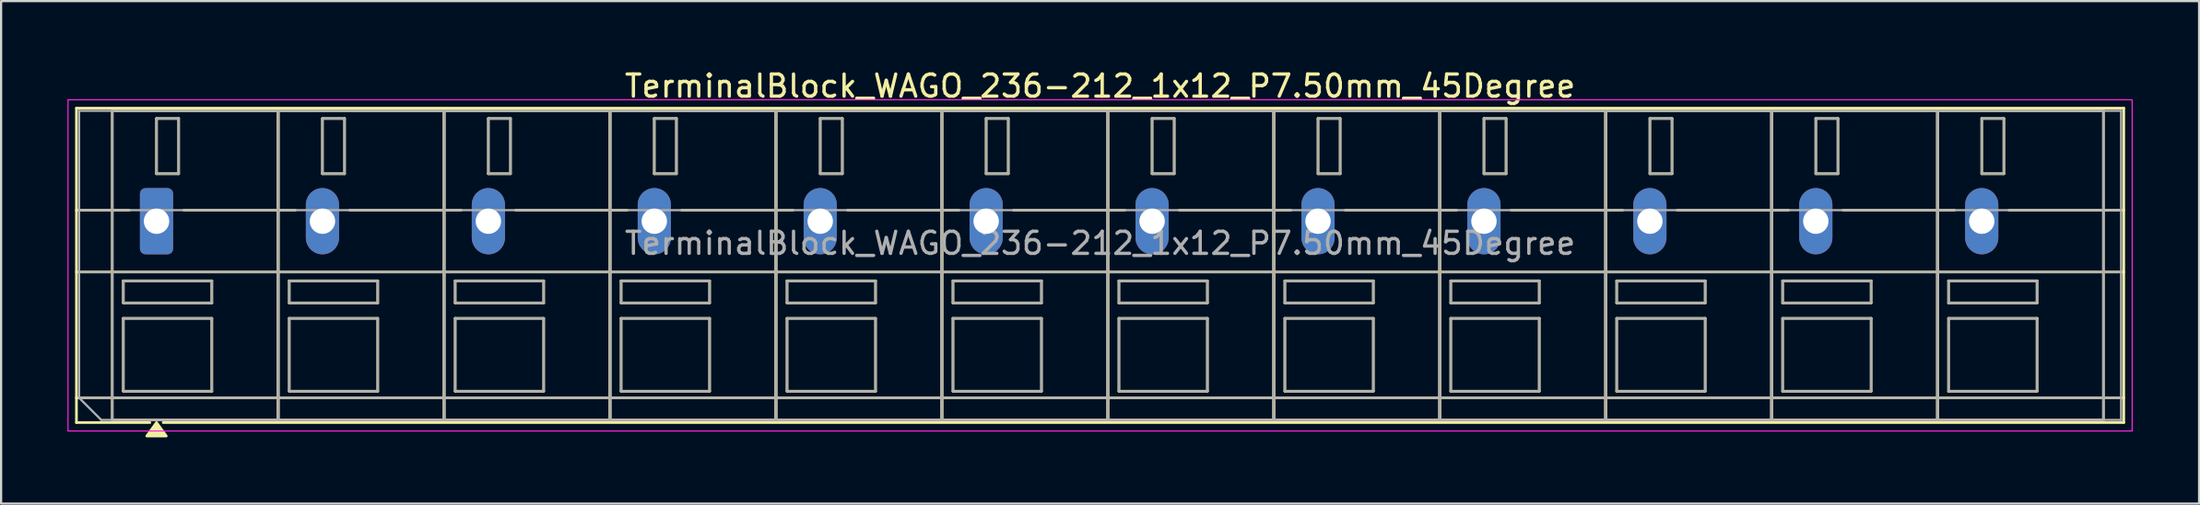
<source format=kicad_pcb>
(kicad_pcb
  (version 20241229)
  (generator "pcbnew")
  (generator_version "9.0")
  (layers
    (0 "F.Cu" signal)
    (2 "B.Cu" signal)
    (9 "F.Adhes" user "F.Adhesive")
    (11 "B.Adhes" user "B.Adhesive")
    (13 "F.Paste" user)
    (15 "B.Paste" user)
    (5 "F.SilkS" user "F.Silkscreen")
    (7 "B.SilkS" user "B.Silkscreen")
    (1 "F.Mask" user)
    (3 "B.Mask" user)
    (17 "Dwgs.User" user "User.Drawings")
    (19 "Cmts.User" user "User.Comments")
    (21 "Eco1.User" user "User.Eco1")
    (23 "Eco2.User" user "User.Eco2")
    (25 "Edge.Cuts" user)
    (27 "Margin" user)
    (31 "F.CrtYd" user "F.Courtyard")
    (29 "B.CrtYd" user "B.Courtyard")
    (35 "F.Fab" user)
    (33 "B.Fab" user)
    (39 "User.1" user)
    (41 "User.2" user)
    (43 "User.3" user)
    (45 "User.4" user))
  (footprint "TerminalBlock_WAGO_236-212_1x12_P7.50mm_45Degree"
    (layer "F.Cu")
    (at 4.025 6.968)
    (property "Reference" "TerminalBlock_WAGO_236-212_1x12_P7.50mm_45Degree" (at 42.65 -6.12 0) (layer "F.SilkS") (effects (font (size 1 1) (thickness 0.15))))
    (attr through_hole)
    (fp_line (start -3.62 -5.12) (end 88.92 -5.12) (stroke (width 0.12) (type solid)) (layer "F.SilkS"))
    (fp_line (start -3.62 -0.5) (end -1.23 -0.5) (stroke (width 0.12) (type solid)) (layer "F.SilkS"))
    (fp_line (start -3.62 2.3) (end 88.92 2.3) (stroke (width 0.12) (type solid)) (layer "F.SilkS"))
    (fp_line (start -3.62 8) (end 88.92 8) (stroke (width 0.12) (type solid)) (layer "F.SilkS"))
    (fp_line (start -3.62 9.12) (end -3.62 -5.12) (stroke (width 0.12) (type solid)) (layer "F.SilkS"))
    (fp_line (start -2 -5) (end 5.5 -5) (stroke (width 0.12) (type solid)) (layer "F.SilkS"))
    (fp_line (start -2 9) (end -2 -5) (stroke (width 0.12) (type solid)) (layer "F.SilkS"))
    (fp_line (start -1.5 2.7) (end 2.5 2.7) (stroke (width 0.12) (type solid)) (layer "F.SilkS"))
    (fp_line (start -1.5 3.7) (end -1.5 2.7) (stroke (width 0.12) (type solid)) (layer "F.SilkS"))
    (fp_line (start -1.5 4.4) (end 2.5 4.4) (stroke (width 0.12) (type solid)) (layer "F.SilkS"))
    (fp_line (start -1.5 7.7) (end -1.5 4.4) (stroke (width 0.12) (type solid)) (layer "F.SilkS"))
    (fp_line (start -0.3 9.12) (end -3.62 9.12) (stroke (width 0.12) (type solid)) (layer "F.SilkS"))
    (fp_line (start 0 -4.65) (end 1 -4.65) (stroke (width 0.12) (type solid)) (layer "F.SilkS"))
    (fp_line (start 0 -2.15) (end 0 -4.65) (stroke (width 0.12) (type solid)) (layer "F.SilkS"))
    (fp_line (start 1 -4.65) (end 1 -2.15) (stroke (width 0.12) (type solid)) (layer "F.SilkS"))
    (fp_line (start 1 -2.15) (end 0 -2.15) (stroke (width 0.12) (type solid)) (layer "F.SilkS"))
    (fp_line (start 1.23 -0.5) (end 6.27 -0.5) (stroke (width 0.12) (type solid)) (layer "F.SilkS"))
    (fp_line (start 2.5 2.7) (end 2.5 3.7) (stroke (width 0.12) (type solid)) (layer "F.SilkS"))
    (fp_line (start 2.5 3.7) (end -1.5 3.7) (stroke (width 0.12) (type solid)) (layer "F.SilkS"))
    (fp_line (start 2.5 4.4) (end 2.5 7.7) (stroke (width 0.12) (type solid)) (layer "F.SilkS"))
    (fp_line (start 2.5 7.7) (end -1.5 7.7) (stroke (width 0.12) (type solid)) (layer "F.SilkS"))
    (fp_line (start 5.5 -5) (end 5.5 9) (stroke (width 0.12) (type solid)) (layer "F.SilkS"))
    (fp_line (start 5.5 -5) (end 13 -5) (stroke (width 0.12) (type solid)) (layer "F.SilkS"))
    (fp_line (start 5.5 9) (end -2 9) (stroke (width 0.12) (type solid)) (layer "F.SilkS"))
    (fp_line (start 5.5 9) (end 5.5 -5) (stroke (width 0.12) (type solid)) (layer "F.SilkS"))
    (fp_line (start 6 2.7) (end 10 2.7) (stroke (width 0.12) (type solid)) (layer "F.SilkS"))
    (fp_line (start 6 3.7) (end 6 2.7) (stroke (width 0.12) (type solid)) (layer "F.SilkS"))
    (fp_line (start 6 4.4) (end 10 4.4) (stroke (width 0.12) (type solid)) (layer "F.SilkS"))
    (fp_line (start 6 7.7) (end 6 4.4) (stroke (width 0.12) (type solid)) (layer "F.SilkS"))
    (fp_line (start 7.5 -4.65) (end 8.5 -4.65) (stroke (width 0.12) (type solid)) (layer "F.SilkS"))
    (fp_line (start 7.5 -2.15) (end 7.5 -4.65) (stroke (width 0.12) (type solid)) (layer "F.SilkS"))
    (fp_line (start 8.5 -4.65) (end 8.5 -2.15) (stroke (width 0.12) (type solid)) (layer "F.SilkS"))
    (fp_line (start 8.5 -2.15) (end 7.5 -2.15) (stroke (width 0.12) (type solid)) (layer "F.SilkS"))
    (fp_line (start 8.73 -0.5) (end 13.77 -0.5) (stroke (width 0.12) (type solid)) (layer "F.SilkS"))
    (fp_line (start 10 2.7) (end 10 3.7) (stroke (width 0.12) (type solid)) (layer "F.SilkS"))
    (fp_line (start 10 3.7) (end 6 3.7) (stroke (width 0.12) (type solid)) (layer "F.SilkS"))
    (fp_line (start 10 4.4) (end 10 7.7) (stroke (width 0.12) (type solid)) (layer "F.SilkS"))
    (fp_line (start 10 7.7) (end 6 7.7) (stroke (width 0.12) (type solid)) (layer "F.SilkS"))
    (fp_line (start 13 -5) (end 13 9) (stroke (width 0.12) (type solid)) (layer "F.SilkS"))
    (fp_line (start 13 -5) (end 20.5 -5) (stroke (width 0.12) (type solid)) (layer "F.SilkS"))
    (fp_line (start 13 9) (end 5.5 9) (stroke (width 0.12) (type solid)) (layer "F.SilkS"))
    (fp_line (start 13 9) (end 13 -5) (stroke (width 0.12) (type solid)) (layer "F.SilkS"))
    (fp_line (start 13.5 2.7) (end 17.5 2.7) (stroke (width 0.12) (type solid)) (layer "F.SilkS"))
    (fp_line (start 13.5 3.7) (end 13.5 2.7) (stroke (width 0.12) (type solid)) (layer "F.SilkS"))
    (fp_line (start 13.5 4.4) (end 17.5 4.4) (stroke (width 0.12) (type solid)) (layer "F.SilkS"))
    (fp_line (start 13.5 7.7) (end 13.5 4.4) (stroke (width 0.12) (type solid)) (layer "F.SilkS"))
    (fp_line (start 15 -4.65) (end 16 -4.65) (stroke (width 0.12) (type solid)) (layer "F.SilkS"))
    (fp_line (start 15 -2.15) (end 15 -4.65) (stroke (width 0.12) (type solid)) (layer "F.SilkS"))
    (fp_line (start 16 -4.65) (end 16 -2.15) (stroke (width 0.12) (type solid)) (layer "F.SilkS"))
    (fp_line (start 16 -2.15) (end 15 -2.15) (stroke (width 0.12) (type solid)) (layer "F.SilkS"))
    (fp_line (start 16.23 -0.5) (end 21.27 -0.5) (stroke (width 0.12) (type solid)) (layer "F.SilkS"))
    (fp_line (start 17.5 2.7) (end 17.5 3.7) (stroke (width 0.12) (type solid)) (layer "F.SilkS"))
    (fp_line (start 17.5 3.7) (end 13.5 3.7) (stroke (width 0.12) (type solid)) (layer "F.SilkS"))
    (fp_line (start 17.5 4.4) (end 17.5 7.7) (stroke (width 0.12) (type solid)) (layer "F.SilkS"))
    (fp_line (start 17.5 7.7) (end 13.5 7.7) (stroke (width 0.12) (type solid)) (layer "F.SilkS"))
    (fp_line (start 20.5 -5) (end 20.5 9) (stroke (width 0.12) (type solid)) (layer "F.SilkS"))
    (fp_line (start 20.5 -5) (end 28 -5) (stroke (width 0.12) (type solid)) (layer "F.SilkS"))
    (fp_line (start 20.5 9) (end 13 9) (stroke (width 0.12) (type solid)) (layer "F.SilkS"))
    (fp_line (start 20.5 9) (end 20.5 -5) (stroke (width 0.12) (type solid)) (layer "F.SilkS"))
    (fp_line (start 21 2.7) (end 25 2.7) (stroke (width 0.12) (type solid)) (layer "F.SilkS"))
    (fp_line (start 21 3.7) (end 21 2.7) (stroke (width 0.12) (type solid)) (layer "F.SilkS"))
    (fp_line (start 21 4.4) (end 25 4.4) (stroke (width 0.12) (type solid)) (layer "F.SilkS"))
    (fp_line (start 21 7.7) (end 21 4.4) (stroke (width 0.12) (type solid)) (layer "F.SilkS"))
    (fp_line (start 22.5 -4.65) (end 23.5 -4.65) (stroke (width 0.12) (type solid)) (layer "F.SilkS"))
    (fp_line (start 22.5 -2.15) (end 22.5 -4.65) (stroke (width 0.12) (type solid)) (layer "F.SilkS"))
    (fp_line (start 23.5 -4.65) (end 23.5 -2.15) (stroke (width 0.12) (type solid)) (layer "F.SilkS"))
    (fp_line (start 23.5 -2.15) (end 22.5 -2.15) (stroke (width 0.12) (type solid)) (layer "F.SilkS"))
    (fp_line (start 23.73 -0.5) (end 28.77 -0.5) (stroke (width 0.12) (type solid)) (layer "F.SilkS"))
    (fp_line (start 25 2.7) (end 25 3.7) (stroke (width 0.12) (type solid)) (layer "F.SilkS"))
    (fp_line (start 25 3.7) (end 21 3.7) (stroke (width 0.12) (type solid)) (layer "F.SilkS"))
    (fp_line (start 25 4.4) (end 25 7.7) (stroke (width 0.12) (type solid)) (layer "F.SilkS"))
    (fp_line (start 25 7.7) (end 21 7.7) (stroke (width 0.12) (type solid)) (layer "F.SilkS"))
    (fp_line (start 28 -5) (end 28 9) (stroke (width 0.12) (type solid)) (layer "F.SilkS"))
    (fp_line (start 28 -5) (end 35.5 -5) (stroke (width 0.12) (type solid)) (layer "F.SilkS"))
    (fp_line (start 28 9) (end 20.5 9) (stroke (width 0.12) (type solid)) (layer "F.SilkS"))
    (fp_line (start 28 9) (end 28 -5) (stroke (width 0.12) (type solid)) (layer "F.SilkS"))
    (fp_line (start 28.5 2.7) (end 32.5 2.7) (stroke (width 0.12) (type solid)) (layer "F.SilkS"))
    (fp_line (start 28.5 3.7) (end 28.5 2.7) (stroke (width 0.12) (type solid)) (layer "F.SilkS"))
    (fp_line (start 28.5 4.4) (end 32.5 4.4) (stroke (width 0.12) (type solid)) (layer "F.SilkS"))
    (fp_line (start 28.5 7.7) (end 28.5 4.4) (stroke (width 0.12) (type solid)) (layer "F.SilkS"))
    (fp_line (start 30 -4.65) (end 31 -4.65) (stroke (width 0.12) (type solid)) (layer "F.SilkS"))
    (fp_line (start 30 -2.15) (end 30 -4.65) (stroke (width 0.12) (type solid)) (layer "F.SilkS"))
    (fp_line (start 31 -4.65) (end 31 -2.15) (stroke (width 0.12) (type solid)) (layer "F.SilkS"))
    (fp_line (start 31 -2.15) (end 30 -2.15) (stroke (width 0.12) (type solid)) (layer "F.SilkS"))
    (fp_line (start 31.23 -0.5) (end 36.27 -0.5) (stroke (width 0.12) (type solid)) (layer "F.SilkS"))
    (fp_line (start 32.5 2.7) (end 32.5 3.7) (stroke (width 0.12) (type solid)) (layer "F.SilkS"))
    (fp_line (start 32.5 3.7) (end 28.5 3.7) (stroke (width 0.12) (type solid)) (layer "F.SilkS"))
    (fp_line (start 32.5 4.4) (end 32.5 7.7) (stroke (width 0.12) (type solid)) (layer "F.SilkS"))
    (fp_line (start 32.5 7.7) (end 28.5 7.7) (stroke (width 0.12) (type solid)) (layer "F.SilkS"))
    (fp_line (start 35.5 -5) (end 35.5 9) (stroke (width 0.12) (type solid)) (layer "F.SilkS"))
    (fp_line (start 35.5 -5) (end 43 -5) (stroke (width 0.12) (type solid)) (layer "F.SilkS"))
    (fp_line (start 35.5 9) (end 28 9) (stroke (width 0.12) (type solid)) (layer "F.SilkS"))
    (fp_line (start 35.5 9) (end 35.5 -5) (stroke (width 0.12) (type solid)) (layer "F.SilkS"))
    (fp_line (start 36 2.7) (end 40 2.7) (stroke (width 0.12) (type solid)) (layer "F.SilkS"))
    (fp_line (start 36 3.7) (end 36 2.7) (stroke (width 0.12) (type solid)) (layer "F.SilkS"))
    (fp_line (start 36 4.4) (end 40 4.4) (stroke (width 0.12) (type solid)) (layer "F.SilkS"))
    (fp_line (start 36 7.7) (end 36 4.4) (stroke (width 0.12) (type solid)) (layer "F.SilkS"))
    (fp_line (start 37.5 -4.65) (end 38.5 -4.65) (stroke (width 0.12) (type solid)) (layer "F.SilkS"))
    (fp_line (start 37.5 -2.15) (end 37.5 -4.65) (stroke (width 0.12) (type solid)) (layer "F.SilkS"))
    (fp_line (start 38.5 -4.65) (end 38.5 -2.15) (stroke (width 0.12) (type solid)) (layer "F.SilkS"))
    (fp_line (start 38.5 -2.15) (end 37.5 -2.15) (stroke (width 0.12) (type solid)) (layer "F.SilkS"))
    (fp_line (start 38.73 -0.5) (end 43.77 -0.5) (stroke (width 0.12) (type solid)) (layer "F.SilkS"))
    (fp_line (start 40 2.7) (end 40 3.7) (stroke (width 0.12) (type solid)) (layer "F.SilkS"))
    (fp_line (start 40 3.7) (end 36 3.7) (stroke (width 0.12) (type solid)) (layer "F.SilkS"))
    (fp_line (start 40 4.4) (end 40 7.7) (stroke (width 0.12) (type solid)) (layer "F.SilkS"))
    (fp_line (start 40 7.7) (end 36 7.7) (stroke (width 0.12) (type solid)) (layer "F.SilkS"))
    (fp_line (start 43 -5) (end 43 9) (stroke (width 0.12) (type solid)) (layer "F.SilkS"))
    (fp_line (start 43 -5) (end 50.5 -5) (stroke (width 0.12) (type solid)) (layer "F.SilkS"))
    (fp_line (start 43 9) (end 35.5 9) (stroke (width 0.12) (type solid)) (layer "F.SilkS"))
    (fp_line (start 43 9) (end 43 -5) (stroke (width 0.12) (type solid)) (layer "F.SilkS"))
    (fp_line (start 43.5 2.7) (end 47.5 2.7) (stroke (width 0.12) (type solid)) (layer "F.SilkS"))
    (fp_line (start 43.5 3.7) (end 43.5 2.7) (stroke (width 0.12) (type solid)) (layer "F.SilkS"))
    (fp_line (start 43.5 4.4) (end 47.5 4.4) (stroke (width 0.12) (type solid)) (layer "F.SilkS"))
    (fp_line (start 43.5 7.7) (end 43.5 4.4) (stroke (width 0.12) (type solid)) (layer "F.SilkS"))
    (fp_line (start 45 -4.65) (end 46 -4.65) (stroke (width 0.12) (type solid)) (layer "F.SilkS"))
    (fp_line (start 45 -2.15) (end 45 -4.65) (stroke (width 0.12) (type solid)) (layer "F.SilkS"))
    (fp_line (start 46 -4.65) (end 46 -2.15) (stroke (width 0.12) (type solid)) (layer "F.SilkS"))
    (fp_line (start 46 -2.15) (end 45 -2.15) (stroke (width 0.12) (type solid)) (layer "F.SilkS"))
    (fp_line (start 46.23 -0.5) (end 51.27 -0.5) (stroke (width 0.12) (type solid)) (layer "F.SilkS"))
    (fp_line (start 47.5 2.7) (end 47.5 3.7) (stroke (width 0.12) (type solid)) (layer "F.SilkS"))
    (fp_line (start 47.5 3.7) (end 43.5 3.7) (stroke (width 0.12) (type solid)) (layer "F.SilkS"))
    (fp_line (start 47.5 4.4) (end 47.5 7.7) (stroke (width 0.12) (type solid)) (layer "F.SilkS"))
    (fp_line (start 47.5 7.7) (end 43.5 7.7) (stroke (width 0.12) (type solid)) (layer "F.SilkS"))
    (fp_line (start 50.5 -5) (end 50.5 9) (stroke (width 0.12) (type solid)) (layer "F.SilkS"))
    (fp_line (start 50.5 -5) (end 58 -5) (stroke (width 0.12) (type solid)) (layer "F.SilkS"))
    (fp_line (start 50.5 9) (end 43 9) (stroke (width 0.12) (type solid)) (layer "F.SilkS"))
    (fp_line (start 50.5 9) (end 50.5 -5) (stroke (width 0.12) (type solid)) (layer "F.SilkS"))
    (fp_line (start 51 2.7) (end 55 2.7) (stroke (width 0.12) (type solid)) (layer "F.SilkS"))
    (fp_line (start 51 3.7) (end 51 2.7) (stroke (width 0.12) (type solid)) (layer "F.SilkS"))
    (fp_line (start 51 4.4) (end 55 4.4) (stroke (width 0.12) (type solid)) (layer "F.SilkS"))
    (fp_line (start 51 7.7) (end 51 4.4) (stroke (width 0.12) (type solid)) (layer "F.SilkS"))
    (fp_line (start 52.5 -4.65) (end 53.5 -4.65) (stroke (width 0.12) (type solid)) (layer "F.SilkS"))
    (fp_line (start 52.5 -2.15) (end 52.5 -4.65) (stroke (width 0.12) (type solid)) (layer "F.SilkS"))
    (fp_line (start 53.5 -4.65) (end 53.5 -2.15) (stroke (width 0.12) (type solid)) (layer "F.SilkS"))
    (fp_line (start 53.5 -2.15) (end 52.5 -2.15) (stroke (width 0.12) (type solid)) (layer "F.SilkS"))
    (fp_line (start 53.73 -0.5) (end 58.77 -0.5) (stroke (width 0.12) (type solid)) (layer "F.SilkS"))
    (fp_line (start 55 2.7) (end 55 3.7) (stroke (width 0.12) (type solid)) (layer "F.SilkS"))
    (fp_line (start 55 3.7) (end 51 3.7) (stroke (width 0.12) (type solid)) (layer "F.SilkS"))
    (fp_line (start 55 4.4) (end 55 7.7) (stroke (width 0.12) (type solid)) (layer "F.SilkS"))
    (fp_line (start 55 7.7) (end 51 7.7) (stroke (width 0.12) (type solid)) (layer "F.SilkS"))
    (fp_line (start 58 -5) (end 58 9) (stroke (width 0.12) (type solid)) (layer "F.SilkS"))
    (fp_line (start 58 -5) (end 65.5 -5) (stroke (width 0.12) (type solid)) (layer "F.SilkS"))
    (fp_line (start 58 9) (end 50.5 9) (stroke (width 0.12) (type solid)) (layer "F.SilkS"))
    (fp_line (start 58 9) (end 58 -5) (stroke (width 0.12) (type solid)) (layer "F.SilkS"))
    (fp_line (start 58.5 2.7) (end 62.5 2.7) (stroke (width 0.12) (type solid)) (layer "F.SilkS"))
    (fp_line (start 58.5 3.7) (end 58.5 2.7) (stroke (width 0.12) (type solid)) (layer "F.SilkS"))
    (fp_line (start 58.5 4.4) (end 62.5 4.4) (stroke (width 0.12) (type solid)) (layer "F.SilkS"))
    (fp_line (start 58.5 7.7) (end 58.5 4.4) (stroke (width 0.12) (type solid)) (layer "F.SilkS"))
    (fp_line (start 60 -4.65) (end 61 -4.65) (stroke (width 0.12) (type solid)) (layer "F.SilkS"))
    (fp_line (start 60 -2.15) (end 60 -4.65) (stroke (width 0.12) (type solid)) (layer "F.SilkS"))
    (fp_line (start 61 -4.65) (end 61 -2.15) (stroke (width 0.12) (type solid)) (layer "F.SilkS"))
    (fp_line (start 61 -2.15) (end 60 -2.15) (stroke (width 0.12) (type solid)) (layer "F.SilkS"))
    (fp_line (start 61.23 -0.5) (end 66.27 -0.5) (stroke (width 0.12) (type solid)) (layer "F.SilkS"))
    (fp_line (start 62.5 2.7) (end 62.5 3.7) (stroke (width 0.12) (type solid)) (layer "F.SilkS"))
    (fp_line (start 62.5 3.7) (end 58.5 3.7) (stroke (width 0.12) (type solid)) (layer "F.SilkS"))
    (fp_line (start 62.5 4.4) (end 62.5 7.7) (stroke (width 0.12) (type solid)) (layer "F.SilkS"))
    (fp_line (start 62.5 7.7) (end 58.5 7.7) (stroke (width 0.12) (type solid)) (layer "F.SilkS"))
    (fp_line (start 65.5 -5) (end 65.5 9) (stroke (width 0.12) (type solid)) (layer "F.SilkS"))
    (fp_line (start 65.5 -5) (end 73 -5) (stroke (width 0.12) (type solid)) (layer "F.SilkS"))
    (fp_line (start 65.5 9) (end 58 9) (stroke (width 0.12) (type solid)) (layer "F.SilkS"))
    (fp_line (start 65.5 9) (end 65.5 -5) (stroke (width 0.12) (type solid)) (layer "F.SilkS"))
    (fp_line (start 66 2.7) (end 70 2.7) (stroke (width 0.12) (type solid)) (layer "F.SilkS"))
    (fp_line (start 66 3.7) (end 66 2.7) (stroke (width 0.12) (type solid)) (layer "F.SilkS"))
    (fp_line (start 66 4.4) (end 70 4.4) (stroke (width 0.12) (type solid)) (layer "F.SilkS"))
    (fp_line (start 66 7.7) (end 66 4.4) (stroke (width 0.12) (type solid)) (layer "F.SilkS"))
    (fp_line (start 67.5 -4.65) (end 68.5 -4.65) (stroke (width 0.12) (type solid)) (layer "F.SilkS"))
    (fp_line (start 67.5 -2.15) (end 67.5 -4.65) (stroke (width 0.12) (type solid)) (layer "F.SilkS"))
    (fp_line (start 68.5 -4.65) (end 68.5 -2.15) (stroke (width 0.12) (type solid)) (layer "F.SilkS"))
    (fp_line (start 68.5 -2.15) (end 67.5 -2.15) (stroke (width 0.12) (type solid)) (layer "F.SilkS"))
    (fp_line (start 68.73 -0.5) (end 73.77 -0.5) (stroke (width 0.12) (type solid)) (layer "F.SilkS"))
    (fp_line (start 70 2.7) (end 70 3.7) (stroke (width 0.12) (type solid)) (layer "F.SilkS"))
    (fp_line (start 70 3.7) (end 66 3.7) (stroke (width 0.12) (type solid)) (layer "F.SilkS"))
    (fp_line (start 70 4.4) (end 70 7.7) (stroke (width 0.12) (type solid)) (layer "F.SilkS"))
    (fp_line (start 70 7.7) (end 66 7.7) (stroke (width 0.12) (type solid)) (layer "F.SilkS"))
    (fp_line (start 73 -5) (end 73 9) (stroke (width 0.12) (type solid)) (layer "F.SilkS"))
    (fp_line (start 73 -5) (end 80.5 -5) (stroke (width 0.12) (type solid)) (layer "F.SilkS"))
    (fp_line (start 73 9) (end 65.5 9) (stroke (width 0.12) (type solid)) (layer "F.SilkS"))
    (fp_line (start 73 9) (end 73 -5) (stroke (width 0.12) (type solid)) (layer "F.SilkS"))
    (fp_line (start 73.5 2.7) (end 77.5 2.7) (stroke (width 0.12) (type solid)) (layer "F.SilkS"))
    (fp_line (start 73.5 3.7) (end 73.5 2.7) (stroke (width 0.12) (type solid)) (layer "F.SilkS"))
    (fp_line (start 73.5 4.4) (end 77.5 4.4) (stroke (width 0.12) (type solid)) (layer "F.SilkS"))
    (fp_line (start 73.5 7.7) (end 73.5 4.4) (stroke (width 0.12) (type solid)) (layer "F.SilkS"))
    (fp_line (start 75 -4.65) (end 76 -4.65) (stroke (width 0.12) (type solid)) (layer "F.SilkS"))
    (fp_line (start 75 -2.15) (end 75 -4.65) (stroke (width 0.12) (type solid)) (layer "F.SilkS"))
    (fp_line (start 76 -4.65) (end 76 -2.15) (stroke (width 0.12) (type solid)) (layer "F.SilkS"))
    (fp_line (start 76 -2.15) (end 75 -2.15) (stroke (width 0.12) (type solid)) (layer "F.SilkS"))
    (fp_line (start 76.23 -0.5) (end 81.27 -0.5) (stroke (width 0.12) (type solid)) (layer "F.SilkS"))
    (fp_line (start 77.5 2.7) (end 77.5 3.7) (stroke (width 0.12) (type solid)) (layer "F.SilkS"))
    (fp_line (start 77.5 3.7) (end 73.5 3.7) (stroke (width 0.12) (type solid)) (layer "F.SilkS"))
    (fp_line (start 77.5 4.4) (end 77.5 7.7) (stroke (width 0.12) (type solid)) (layer "F.SilkS"))
    (fp_line (start 77.5 7.7) (end 73.5 7.7) (stroke (width 0.12) (type solid)) (layer "F.SilkS"))
    (fp_line (start 80.5 -5) (end 80.5 9) (stroke (width 0.12) (type solid)) (layer "F.SilkS"))
    (fp_line (start 80.5 -5) (end 88 -5) (stroke (width 0.12) (type solid)) (layer "F.SilkS"))
    (fp_line (start 80.5 9) (end 73 9) (stroke (width 0.12) (type solid)) (layer "F.SilkS"))
    (fp_line (start 80.5 9) (end 80.5 -5) (stroke (width 0.12) (type solid)) (layer "F.SilkS"))
    (fp_line (start 81 2.7) (end 85 2.7) (stroke (width 0.12) (type solid)) (layer "F.SilkS"))
    (fp_line (start 81 3.7) (end 81 2.7) (stroke (width 0.12) (type solid)) (layer "F.SilkS"))
    (fp_line (start 81 4.4) (end 85 4.4) (stroke (width 0.12) (type solid)) (layer "F.SilkS"))
    (fp_line (start 81 7.7) (end 81 4.4) (stroke (width 0.12) (type solid)) (layer "F.SilkS"))
    (fp_line (start 82.5 -4.65) (end 83.5 -4.65) (stroke (width 0.12) (type solid)) (layer "F.SilkS"))
    (fp_line (start 82.5 -2.15) (end 82.5 -4.65) (stroke (width 0.12) (type solid)) (layer "F.SilkS"))
    (fp_line (start 83.5 -4.65) (end 83.5 -2.15) (stroke (width 0.12) (type solid)) (layer "F.SilkS"))
    (fp_line (start 83.5 -2.15) (end 82.5 -2.15) (stroke (width 0.12) (type solid)) (layer "F.SilkS"))
    (fp_line (start 83.73 -0.5) (end 88.92 -0.5) (stroke (width 0.12) (type solid)) (layer "F.SilkS"))
    (fp_line (start 85 2.7) (end 85 3.7) (stroke (width 0.12) (type solid)) (layer "F.SilkS"))
    (fp_line (start 85 3.7) (end 81 3.7) (stroke (width 0.12) (type solid)) (layer "F.SilkS"))
    (fp_line (start 85 4.4) (end 85 7.7) (stroke (width 0.12) (type solid)) (layer "F.SilkS"))
    (fp_line (start 85 7.7) (end 81 7.7) (stroke (width 0.12) (type solid)) (layer "F.SilkS"))
    (fp_line (start 88 -5) (end 88 9) (stroke (width 0.12) (type solid)) (layer "F.SilkS"))
    (fp_line (start 88 9) (end 80.5 9) (stroke (width 0.12) (type solid)) (layer "F.SilkS"))
    (fp_line (start 88.92 -5.12) (end 88.92 9.12) (stroke (width 0.12) (type solid)) (layer "F.SilkS"))
    (fp_line (start 88.92 9.12) (end 0.3 9.12) (stroke (width 0.12) (type solid)) (layer "F.SilkS"))
    (fp_poly (pts (xy 0 9.12) (xy 0.44 9.73) (xy -0.44 9.73)) (stroke (width 0.12) (type solid)) (fill yes) (layer "F.SilkS"))
    (fp_line (start -4 -5.5) (end -4 9.5) (stroke (width 0.05) (type solid)) (layer "F.CrtYd"))
    (fp_line (start -4 9.5) (end 89.3 9.5) (stroke (width 0.05) (type solid)) (layer "F.CrtYd"))
    (fp_line (start 89.3 -5.5) (end -4 -5.5) (stroke (width 0.05) (type solid)) (layer "F.CrtYd"))
    (fp_line (start 89.3 9.5) (end 89.3 -5.5) (stroke (width 0.05) (type solid)) (layer "F.CrtYd"))
    (fp_line (start -3.5 -5) (end 88.8 -5) (stroke (width 0.1) (type solid)) (layer "F.Fab"))
    (fp_line (start -3.5 -0.5) (end 88.8 -0.5) (stroke (width 0.1) (type solid)) (layer "F.Fab"))
    (fp_line (start -3.5 2.3) (end 88.8 2.3) (stroke (width 0.1) (type solid)) (layer "F.Fab"))
    (fp_line (start -3.5 8) (end -3.5 -5) (stroke (width 0.1) (type solid)) (layer "F.Fab"))
    (fp_line (start -3.5 8) (end 88.8 8) (stroke (width 0.1) (type solid)) (layer "F.Fab"))
    (fp_line (start -2.5 9) (end -3.5 8) (stroke (width 0.1) (type solid)) (layer "F.Fab"))
    (fp_line (start -2 -5) (end -2 9) (stroke (width 0.1) (type solid)) (layer "F.Fab"))
    (fp_line (start -2 9) (end 5.5 9) (stroke (width 0.1) (type solid)) (layer "F.Fab"))
    (fp_line (start -1.5 2.7) (end -1.5 3.7) (stroke (width 0.1) (type solid)) (layer "F.Fab"))
    (fp_line (start -1.5 3.7) (end 2.5 3.7) (stroke (width 0.1) (type solid)) (layer "F.Fab"))
    (fp_line (start -1.5 4.4) (end -1.5 7.7) (stroke (width 0.1) (type solid)) (layer "F.Fab"))
    (fp_line (start -1.5 7.7) (end 2.5 7.7) (stroke (width 0.1) (type solid)) (layer "F.Fab"))
    (fp_line (start 0 -4.65) (end 0 -2.15) (stroke (width 0.1) (type solid)) (layer "F.Fab"))
    (fp_line (start 0 -2.15) (end 1 -2.15) (stroke (width 0.1) (type solid)) (layer "F.Fab"))
    (fp_line (start 1 -4.65) (end 0 -4.65) (stroke (width 0.1) (type solid)) (layer "F.Fab"))
    (fp_line (start 1 -2.15) (end 1 -4.65) (stroke (width 0.1) (type solid)) (layer "F.Fab"))
    (fp_line (start 2.5 2.7) (end -1.5 2.7) (stroke (width 0.1) (type solid)) (layer "F.Fab"))
    (fp_line (start 2.5 3.7) (end 2.5 2.7) (stroke (width 0.1) (type solid)) (layer "F.Fab"))
    (fp_line (start 2.5 4.4) (end -1.5 4.4) (stroke (width 0.1) (type solid)) (layer "F.Fab"))
    (fp_line (start 2.5 7.7) (end 2.5 4.4) (stroke (width 0.1) (type solid)) (layer "F.Fab"))
    (fp_line (start 5.5 -5) (end -2 -5) (stroke (width 0.1) (type solid)) (layer "F.Fab"))
    (fp_line (start 5.5 -5) (end 5.5 9) (stroke (width 0.1) (type solid)) (layer "F.Fab"))
    (fp_line (start 5.5 9) (end 5.5 -5) (stroke (width 0.1) (type solid)) (layer "F.Fab"))
    (fp_line (start 5.5 9) (end 13 9) (stroke (width 0.1) (type solid)) (layer "F.Fab"))
    (fp_line (start 6 2.7) (end 6 3.7) (stroke (width 0.1) (type solid)) (layer "F.Fab"))
    (fp_line (start 6 3.7) (end 10 3.7) (stroke (width 0.1) (type solid)) (layer "F.Fab"))
    (fp_line (start 6 4.4) (end 6 7.7) (stroke (width 0.1) (type solid)) (layer "F.Fab"))
    (fp_line (start 6 7.7) (end 10 7.7) (stroke (width 0.1) (type solid)) (layer "F.Fab"))
    (fp_line (start 7.5 -4.65) (end 7.5 -2.15) (stroke (width 0.1) (type solid)) (layer "F.Fab"))
    (fp_line (start 7.5 -2.15) (end 8.5 -2.15) (stroke (width 0.1) (type solid)) (layer "F.Fab"))
    (fp_line (start 8.5 -4.65) (end 7.5 -4.65) (stroke (width 0.1) (type solid)) (layer "F.Fab"))
    (fp_line (start 8.5 -2.15) (end 8.5 -4.65) (stroke (width 0.1) (type solid)) (layer "F.Fab"))
    (fp_line (start 10 2.7) (end 6 2.7) (stroke (width 0.1) (type solid)) (layer "F.Fab"))
    (fp_line (start 10 3.7) (end 10 2.7) (stroke (width 0.1) (type solid)) (layer "F.Fab"))
    (fp_line (start 10 4.4) (end 6 4.4) (stroke (width 0.1) (type solid)) (layer "F.Fab"))
    (fp_line (start 10 7.7) (end 10 4.4) (stroke (width 0.1) (type solid)) (layer "F.Fab"))
    (fp_line (start 13 -5) (end 5.5 -5) (stroke (width 0.1) (type solid)) (layer "F.Fab"))
    (fp_line (start 13 -5) (end 13 9) (stroke (width 0.1) (type solid)) (layer "F.Fab"))
    (fp_line (start 13 9) (end 13 -5) (stroke (width 0.1) (type solid)) (layer "F.Fab"))
    (fp_line (start 13 9) (end 20.5 9) (stroke (width 0.1) (type solid)) (layer "F.Fab"))
    (fp_line (start 13.5 2.7) (end 13.5 3.7) (stroke (width 0.1) (type solid)) (layer "F.Fab"))
    (fp_line (start 13.5 3.7) (end 17.5 3.7) (stroke (width 0.1) (type solid)) (layer "F.Fab"))
    (fp_line (start 13.5 4.4) (end 13.5 7.7) (stroke (width 0.1) (type solid)) (layer "F.Fab"))
    (fp_line (start 13.5 7.7) (end 17.5 7.7) (stroke (width 0.1) (type solid)) (layer "F.Fab"))
    (fp_line (start 15 -4.65) (end 15 -2.15) (stroke (width 0.1) (type solid)) (layer "F.Fab"))
    (fp_line (start 15 -2.15) (end 16 -2.15) (stroke (width 0.1) (type solid)) (layer "F.Fab"))
    (fp_line (start 16 -4.65) (end 15 -4.65) (stroke (width 0.1) (type solid)) (layer "F.Fab"))
    (fp_line (start 16 -2.15) (end 16 -4.65) (stroke (width 0.1) (type solid)) (layer "F.Fab"))
    (fp_line (start 17.5 2.7) (end 13.5 2.7) (stroke (width 0.1) (type solid)) (layer "F.Fab"))
    (fp_line (start 17.5 3.7) (end 17.5 2.7) (stroke (width 0.1) (type solid)) (layer "F.Fab"))
    (fp_line (start 17.5 4.4) (end 13.5 4.4) (stroke (width 0.1) (type solid)) (layer "F.Fab"))
    (fp_line (start 17.5 7.7) (end 17.5 4.4) (stroke (width 0.1) (type solid)) (layer "F.Fab"))
    (fp_line (start 20.5 -5) (end 13 -5) (stroke (width 0.1) (type solid)) (layer "F.Fab"))
    (fp_line (start 20.5 -5) (end 20.5 9) (stroke (width 0.1) (type solid)) (layer "F.Fab"))
    (fp_line (start 20.5 9) (end 20.5 -5) (stroke (width 0.1) (type solid)) (layer "F.Fab"))
    (fp_line (start 20.5 9) (end 28 9) (stroke (width 0.1) (type solid)) (layer "F.Fab"))
    (fp_line (start 21 2.7) (end 21 3.7) (stroke (width 0.1) (type solid)) (layer "F.Fab"))
    (fp_line (start 21 3.7) (end 25 3.7) (stroke (width 0.1) (type solid)) (layer "F.Fab"))
    (fp_line (start 21 4.4) (end 21 7.7) (stroke (width 0.1) (type solid)) (layer "F.Fab"))
    (fp_line (start 21 7.7) (end 25 7.7) (stroke (width 0.1) (type solid)) (layer "F.Fab"))
    (fp_line (start 22.5 -4.65) (end 22.5 -2.15) (stroke (width 0.1) (type solid)) (layer "F.Fab"))
    (fp_line (start 22.5 -2.15) (end 23.5 -2.15) (stroke (width 0.1) (type solid)) (layer "F.Fab"))
    (fp_line (start 23.5 -4.65) (end 22.5 -4.65) (stroke (width 0.1) (type solid)) (layer "F.Fab"))
    (fp_line (start 23.5 -2.15) (end 23.5 -4.65) (stroke (width 0.1) (type solid)) (layer "F.Fab"))
    (fp_line (start 25 2.7) (end 21 2.7) (stroke (width 0.1) (type solid)) (layer "F.Fab"))
    (fp_line (start 25 3.7) (end 25 2.7) (stroke (width 0.1) (type solid)) (layer "F.Fab"))
    (fp_line (start 25 4.4) (end 21 4.4) (stroke (width 0.1) (type solid)) (layer "F.Fab"))
    (fp_line (start 25 7.7) (end 25 4.4) (stroke (width 0.1) (type solid)) (layer "F.Fab"))
    (fp_line (start 28 -5) (end 20.5 -5) (stroke (width 0.1) (type solid)) (layer "F.Fab"))
    (fp_line (start 28 -5) (end 28 9) (stroke (width 0.1) (type solid)) (layer "F.Fab"))
    (fp_line (start 28 9) (end 28 -5) (stroke (width 0.1) (type solid)) (layer "F.Fab"))
    (fp_line (start 28 9) (end 35.5 9) (stroke (width 0.1) (type solid)) (layer "F.Fab"))
    (fp_line (start 28.5 2.7) (end 28.5 3.7) (stroke (width 0.1) (type solid)) (layer "F.Fab"))
    (fp_line (start 28.5 3.7) (end 32.5 3.7) (stroke (width 0.1) (type solid)) (layer "F.Fab"))
    (fp_line (start 28.5 4.4) (end 28.5 7.7) (stroke (width 0.1) (type solid)) (layer "F.Fab"))
    (fp_line (start 28.5 7.7) (end 32.5 7.7) (stroke (width 0.1) (type solid)) (layer "F.Fab"))
    (fp_line (start 30 -4.65) (end 30 -2.15) (stroke (width 0.1) (type solid)) (layer "F.Fab"))
    (fp_line (start 30 -2.15) (end 31 -2.15) (stroke (width 0.1) (type solid)) (layer "F.Fab"))
    (fp_line (start 31 -4.65) (end 30 -4.65) (stroke (width 0.1) (type solid)) (layer "F.Fab"))
    (fp_line (start 31 -2.15) (end 31 -4.65) (stroke (width 0.1) (type solid)) (layer "F.Fab"))
    (fp_line (start 32.5 2.7) (end 28.5 2.7) (stroke (width 0.1) (type solid)) (layer "F.Fab"))
    (fp_line (start 32.5 3.7) (end 32.5 2.7) (stroke (width 0.1) (type solid)) (layer "F.Fab"))
    (fp_line (start 32.5 4.4) (end 28.5 4.4) (stroke (width 0.1) (type solid)) (layer "F.Fab"))
    (fp_line (start 32.5 7.7) (end 32.5 4.4) (stroke (width 0.1) (type solid)) (layer "F.Fab"))
    (fp_line (start 35.5 -5) (end 28 -5) (stroke (width 0.1) (type solid)) (layer "F.Fab"))
    (fp_line (start 35.5 -5) (end 35.5 9) (stroke (width 0.1) (type solid)) (layer "F.Fab"))
    (fp_line (start 35.5 9) (end 35.5 -5) (stroke (width 0.1) (type solid)) (layer "F.Fab"))
    (fp_line (start 35.5 9) (end 43 9) (stroke (width 0.1) (type solid)) (layer "F.Fab"))
    (fp_line (start 36 2.7) (end 36 3.7) (stroke (width 0.1) (type solid)) (layer "F.Fab"))
    (fp_line (start 36 3.7) (end 40 3.7) (stroke (width 0.1) (type solid)) (layer "F.Fab"))
    (fp_line (start 36 4.4) (end 36 7.7) (stroke (width 0.1) (type solid)) (layer "F.Fab"))
    (fp_line (start 36 7.7) (end 40 7.7) (stroke (width 0.1) (type solid)) (layer "F.Fab"))
    (fp_line (start 37.5 -4.65) (end 37.5 -2.15) (stroke (width 0.1) (type solid)) (layer "F.Fab"))
    (fp_line (start 37.5 -2.15) (end 38.5 -2.15) (stroke (width 0.1) (type solid)) (layer "F.Fab"))
    (fp_line (start 38.5 -4.65) (end 37.5 -4.65) (stroke (width 0.1) (type solid)) (layer "F.Fab"))
    (fp_line (start 38.5 -2.15) (end 38.5 -4.65) (stroke (width 0.1) (type solid)) (layer "F.Fab"))
    (fp_line (start 40 2.7) (end 36 2.7) (stroke (width 0.1) (type solid)) (layer "F.Fab"))
    (fp_line (start 40 3.7) (end 40 2.7) (stroke (width 0.1) (type solid)) (layer "F.Fab"))
    (fp_line (start 40 4.4) (end 36 4.4) (stroke (width 0.1) (type solid)) (layer "F.Fab"))
    (fp_line (start 40 7.7) (end 40 4.4) (stroke (width 0.1) (type solid)) (layer "F.Fab"))
    (fp_line (start 43 -5) (end 35.5 -5) (stroke (width 0.1) (type solid)) (layer "F.Fab"))
    (fp_line (start 43 -5) (end 43 9) (stroke (width 0.1) (type solid)) (layer "F.Fab"))
    (fp_line (start 43 9) (end 43 -5) (stroke (width 0.1) (type solid)) (layer "F.Fab"))
    (fp_line (start 43 9) (end 50.5 9) (stroke (width 0.1) (type solid)) (layer "F.Fab"))
    (fp_line (start 43.5 2.7) (end 43.5 3.7) (stroke (width 0.1) (type solid)) (layer "F.Fab"))
    (fp_line (start 43.5 3.7) (end 47.5 3.7) (stroke (width 0.1) (type solid)) (layer "F.Fab"))
    (fp_line (start 43.5 4.4) (end 43.5 7.7) (stroke (width 0.1) (type solid)) (layer "F.Fab"))
    (fp_line (start 43.5 7.7) (end 47.5 7.7) (stroke (width 0.1) (type solid)) (layer "F.Fab"))
    (fp_line (start 45 -4.65) (end 45 -2.15) (stroke (width 0.1) (type solid)) (layer "F.Fab"))
    (fp_line (start 45 -2.15) (end 46 -2.15) (stroke (width 0.1) (type solid)) (layer "F.Fab"))
    (fp_line (start 46 -4.65) (end 45 -4.65) (stroke (width 0.1) (type solid)) (layer "F.Fab"))
    (fp_line (start 46 -2.15) (end 46 -4.65) (stroke (width 0.1) (type solid)) (layer "F.Fab"))
    (fp_line (start 47.5 2.7) (end 43.5 2.7) (stroke (width 0.1) (type solid)) (layer "F.Fab"))
    (fp_line (start 47.5 3.7) (end 47.5 2.7) (stroke (width 0.1) (type solid)) (layer "F.Fab"))
    (fp_line (start 47.5 4.4) (end 43.5 4.4) (stroke (width 0.1) (type solid)) (layer "F.Fab"))
    (fp_line (start 47.5 7.7) (end 47.5 4.4) (stroke (width 0.1) (type solid)) (layer "F.Fab"))
    (fp_line (start 50.5 -5) (end 43 -5) (stroke (width 0.1) (type solid)) (layer "F.Fab"))
    (fp_line (start 50.5 -5) (end 50.5 9) (stroke (width 0.1) (type solid)) (layer "F.Fab"))
    (fp_line (start 50.5 9) (end 50.5 -5) (stroke (width 0.1) (type solid)) (layer "F.Fab"))
    (fp_line (start 50.5 9) (end 58 9) (stroke (width 0.1) (type solid)) (layer "F.Fab"))
    (fp_line (start 51 2.7) (end 51 3.7) (stroke (width 0.1) (type solid)) (layer "F.Fab"))
    (fp_line (start 51 3.7) (end 55 3.7) (stroke (width 0.1) (type solid)) (layer "F.Fab"))
    (fp_line (start 51 4.4) (end 51 7.7) (stroke (width 0.1) (type solid)) (layer "F.Fab"))
    (fp_line (start 51 7.7) (end 55 7.7) (stroke (width 0.1) (type solid)) (layer "F.Fab"))
    (fp_line (start 52.5 -4.65) (end 52.5 -2.15) (stroke (width 0.1) (type solid)) (layer "F.Fab"))
    (fp_line (start 52.5 -2.15) (end 53.5 -2.15) (stroke (width 0.1) (type solid)) (layer "F.Fab"))
    (fp_line (start 53.5 -4.65) (end 52.5 -4.65) (stroke (width 0.1) (type solid)) (layer "F.Fab"))
    (fp_line (start 53.5 -2.15) (end 53.5 -4.65) (stroke (width 0.1) (type solid)) (layer "F.Fab"))
    (fp_line (start 55 2.7) (end 51 2.7) (stroke (width 0.1) (type solid)) (layer "F.Fab"))
    (fp_line (start 55 3.7) (end 55 2.7) (stroke (width 0.1) (type solid)) (layer "F.Fab"))
    (fp_line (start 55 4.4) (end 51 4.4) (stroke (width 0.1) (type solid)) (layer "F.Fab"))
    (fp_line (start 55 7.7) (end 55 4.4) (stroke (width 0.1) (type solid)) (layer "F.Fab"))
    (fp_line (start 58 -5) (end 50.5 -5) (stroke (width 0.1) (type solid)) (layer "F.Fab"))
    (fp_line (start 58 -5) (end 58 9) (stroke (width 0.1) (type solid)) (layer "F.Fab"))
    (fp_line (start 58 9) (end 58 -5) (stroke (width 0.1) (type solid)) (layer "F.Fab"))
    (fp_line (start 58 9) (end 65.5 9) (stroke (width 0.1) (type solid)) (layer "F.Fab"))
    (fp_line (start 58.5 2.7) (end 58.5 3.7) (stroke (width 0.1) (type solid)) (layer "F.Fab"))
    (fp_line (start 58.5 3.7) (end 62.5 3.7) (stroke (width 0.1) (type solid)) (layer "F.Fab"))
    (fp_line (start 58.5 4.4) (end 58.5 7.7) (stroke (width 0.1) (type solid)) (layer "F.Fab"))
    (fp_line (start 58.5 7.7) (end 62.5 7.7) (stroke (width 0.1) (type solid)) (layer "F.Fab"))
    (fp_line (start 60 -4.65) (end 60 -2.15) (stroke (width 0.1) (type solid)) (layer "F.Fab"))
    (fp_line (start 60 -2.15) (end 61 -2.15) (stroke (width 0.1) (type solid)) (layer "F.Fab"))
    (fp_line (start 61 -4.65) (end 60 -4.65) (stroke (width 0.1) (type solid)) (layer "F.Fab"))
    (fp_line (start 61 -2.15) (end 61 -4.65) (stroke (width 0.1) (type solid)) (layer "F.Fab"))
    (fp_line (start 62.5 2.7) (end 58.5 2.7) (stroke (width 0.1) (type solid)) (layer "F.Fab"))
    (fp_line (start 62.5 3.7) (end 62.5 2.7) (stroke (width 0.1) (type solid)) (layer "F.Fab"))
    (fp_line (start 62.5 4.4) (end 58.5 4.4) (stroke (width 0.1) (type solid)) (layer "F.Fab"))
    (fp_line (start 62.5 7.7) (end 62.5 4.4) (stroke (width 0.1) (type solid)) (layer "F.Fab"))
    (fp_line (start 65.5 -5) (end 58 -5) (stroke (width 0.1) (type solid)) (layer "F.Fab"))
    (fp_line (start 65.5 -5) (end 65.5 9) (stroke (width 0.1) (type solid)) (layer "F.Fab"))
    (fp_line (start 65.5 9) (end 65.5 -5) (stroke (width 0.1) (type solid)) (layer "F.Fab"))
    (fp_line (start 65.5 9) (end 73 9) (stroke (width 0.1) (type solid)) (layer "F.Fab"))
    (fp_line (start 66 2.7) (end 66 3.7) (stroke (width 0.1) (type solid)) (layer "F.Fab"))
    (fp_line (start 66 3.7) (end 70 3.7) (stroke (width 0.1) (type solid)) (layer "F.Fab"))
    (fp_line (start 66 4.4) (end 66 7.7) (stroke (width 0.1) (type solid)) (layer "F.Fab"))
    (fp_line (start 66 7.7) (end 70 7.7) (stroke (width 0.1) (type solid)) (layer "F.Fab"))
    (fp_line (start 67.5 -4.65) (end 67.5 -2.15) (stroke (width 0.1) (type solid)) (layer "F.Fab"))
    (fp_line (start 67.5 -2.15) (end 68.5 -2.15) (stroke (width 0.1) (type solid)) (layer "F.Fab"))
    (fp_line (start 68.5 -4.65) (end 67.5 -4.65) (stroke (width 0.1) (type solid)) (layer "F.Fab"))
    (fp_line (start 68.5 -2.15) (end 68.5 -4.65) (stroke (width 0.1) (type solid)) (layer "F.Fab"))
    (fp_line (start 70 2.7) (end 66 2.7) (stroke (width 0.1) (type solid)) (layer "F.Fab"))
    (fp_line (start 70 3.7) (end 70 2.7) (stroke (width 0.1) (type solid)) (layer "F.Fab"))
    (fp_line (start 70 4.4) (end 66 4.4) (stroke (width 0.1) (type solid)) (layer "F.Fab"))
    (fp_line (start 70 7.7) (end 70 4.4) (stroke (width 0.1) (type solid)) (layer "F.Fab"))
    (fp_line (start 73 -5) (end 65.5 -5) (stroke (width 0.1) (type solid)) (layer "F.Fab"))
    (fp_line (start 73 -5) (end 73 9) (stroke (width 0.1) (type solid)) (layer "F.Fab"))
    (fp_line (start 73 9) (end 73 -5) (stroke (width 0.1) (type solid)) (layer "F.Fab"))
    (fp_line (start 73 9) (end 80.5 9) (stroke (width 0.1) (type solid)) (layer "F.Fab"))
    (fp_line (start 73.5 2.7) (end 73.5 3.7) (stroke (width 0.1) (type solid)) (layer "F.Fab"))
    (fp_line (start 73.5 3.7) (end 77.5 3.7) (stroke (width 0.1) (type solid)) (layer "F.Fab"))
    (fp_line (start 73.5 4.4) (end 73.5 7.7) (stroke (width 0.1) (type solid)) (layer "F.Fab"))
    (fp_line (start 73.5 7.7) (end 77.5 7.7) (stroke (width 0.1) (type solid)) (layer "F.Fab"))
    (fp_line (start 75 -4.65) (end 75 -2.15) (stroke (width 0.1) (type solid)) (layer "F.Fab"))
    (fp_line (start 75 -2.15) (end 76 -2.15) (stroke (width 0.1) (type solid)) (layer "F.Fab"))
    (fp_line (start 76 -4.65) (end 75 -4.65) (stroke (width 0.1) (type solid)) (layer "F.Fab"))
    (fp_line (start 76 -2.15) (end 76 -4.65) (stroke (width 0.1) (type solid)) (layer "F.Fab"))
    (fp_line (start 77.5 2.7) (end 73.5 2.7) (stroke (width 0.1) (type solid)) (layer "F.Fab"))
    (fp_line (start 77.5 3.7) (end 77.5 2.7) (stroke (width 0.1) (type solid)) (layer "F.Fab"))
    (fp_line (start 77.5 4.4) (end 73.5 4.4) (stroke (width 0.1) (type solid)) (layer "F.Fab"))
    (fp_line (start 77.5 7.7) (end 77.5 4.4) (stroke (width 0.1) (type solid)) (layer "F.Fab"))
    (fp_line (start 80.5 -5) (end 73 -5) (stroke (width 0.1) (type solid)) (layer "F.Fab"))
    (fp_line (start 80.5 -5) (end 80.5 9) (stroke (width 0.1) (type solid)) (layer "F.Fab"))
    (fp_line (start 80.5 9) (end 80.5 -5) (stroke (width 0.1) (type solid)) (layer "F.Fab"))
    (fp_line (start 80.5 9) (end 88 9) (stroke (width 0.1) (type solid)) (layer "F.Fab"))
    (fp_line (start 81 2.7) (end 81 3.7) (stroke (width 0.1) (type solid)) (layer "F.Fab"))
    (fp_line (start 81 3.7) (end 85 3.7) (stroke (width 0.1) (type solid)) (layer "F.Fab"))
    (fp_line (start 81 4.4) (end 81 7.7) (stroke (width 0.1) (type solid)) (layer "F.Fab"))
    (fp_line (start 81 7.7) (end 85 7.7) (stroke (width 0.1) (type solid)) (layer "F.Fab"))
    (fp_line (start 82.5 -4.65) (end 82.5 -2.15) (stroke (width 0.1) (type solid)) (layer "F.Fab"))
    (fp_line (start 82.5 -2.15) (end 83.5 -2.15) (stroke (width 0.1) (type solid)) (layer "F.Fab"))
    (fp_line (start 83.5 -4.65) (end 82.5 -4.65) (stroke (width 0.1) (type solid)) (layer "F.Fab"))
    (fp_line (start 83.5 -2.15) (end 83.5 -4.65) (stroke (width 0.1) (type solid)) (layer "F.Fab"))
    (fp_line (start 85 2.7) (end 81 2.7) (stroke (width 0.1) (type solid)) (layer "F.Fab"))
    (fp_line (start 85 3.7) (end 85 2.7) (stroke (width 0.1) (type solid)) (layer "F.Fab"))
    (fp_line (start 85 4.4) (end 81 4.4) (stroke (width 0.1) (type solid)) (layer "F.Fab"))
    (fp_line (start 85 7.7) (end 85 4.4) (stroke (width 0.1) (type solid)) (layer "F.Fab"))
    (fp_line (start 88 -5) (end 80.5 -5) (stroke (width 0.1) (type solid)) (layer "F.Fab"))
    (fp_line (start 88 9) (end 88 -5) (stroke (width 0.1) (type solid)) (layer "F.Fab"))
    (fp_line (start 88.8 -5) (end 88.8 9) (stroke (width 0.1) (type solid)) (layer "F.Fab"))
    (fp_line (start 88.8 9) (end -2.5 9) (stroke (width 0.1) (type solid)) (layer "F.Fab"))
    (fp_text user "${REFERENCE}" (at 42.65 1 0) (layer "F.Fab") (effects (font (size 1 1) (thickness 0.15))))
    (pad "1" thru_hole roundrect (at 0 0) (size 1.5 3) (drill 1.15) (layers "*.Cu" "*.Mask") (roundrect_rratio 0.167))
    (pad "2" thru_hole oval (at 7.5 0) (size 1.5 3) (drill 1.15) (layers "*.Cu" "*.Mask"))
    (pad "3" thru_hole oval (at 15 0) (size 1.5 3) (drill 1.15) (layers "*.Cu" "*.Mask"))
    (pad "4" thru_hole oval (at 22.5 0) (size 1.5 3) (drill 1.15) (layers "*.Cu" "*.Mask"))
    (pad "5" thru_hole oval (at 30 0) (size 1.5 3) (drill 1.15) (layers "*.Cu" "*.Mask"))
    (pad "6" thru_hole oval (at 37.5 0) (size 1.5 3) (drill 1.15) (layers "*.Cu" "*.Mask"))
    (pad "7" thru_hole oval (at 45 0) (size 1.5 3) (drill 1.15) (layers "*.Cu" "*.Mask"))
    (pad "8" thru_hole oval (at 52.5 0) (size 1.5 3) (drill 1.15) (layers "*.Cu" "*.Mask"))
    (pad "9" thru_hole oval (at 60 0) (size 1.5 3) (drill 1.15) (layers "*.Cu" "*.Mask"))
    (pad "10" thru_hole oval (at 67.5 0) (size 1.5 3) (drill 1.15) (layers "*.Cu" "*.Mask"))
    (pad "11" thru_hole oval (at 75 0) (size 1.5 3) (drill 1.15) (layers "*.Cu" "*.Mask"))
    (pad "12" thru_hole oval (at 82.5 0) (size 1.5 3) (drill 1.15) (layers "*.Cu" "*.Mask")))
  (gr_rect
    (start -3 -3)
    (end 96.35 19.758)
    (stroke (width 0.1) (type default))
    (fill no)
    (layer "Edge.Cuts")))
</source>
